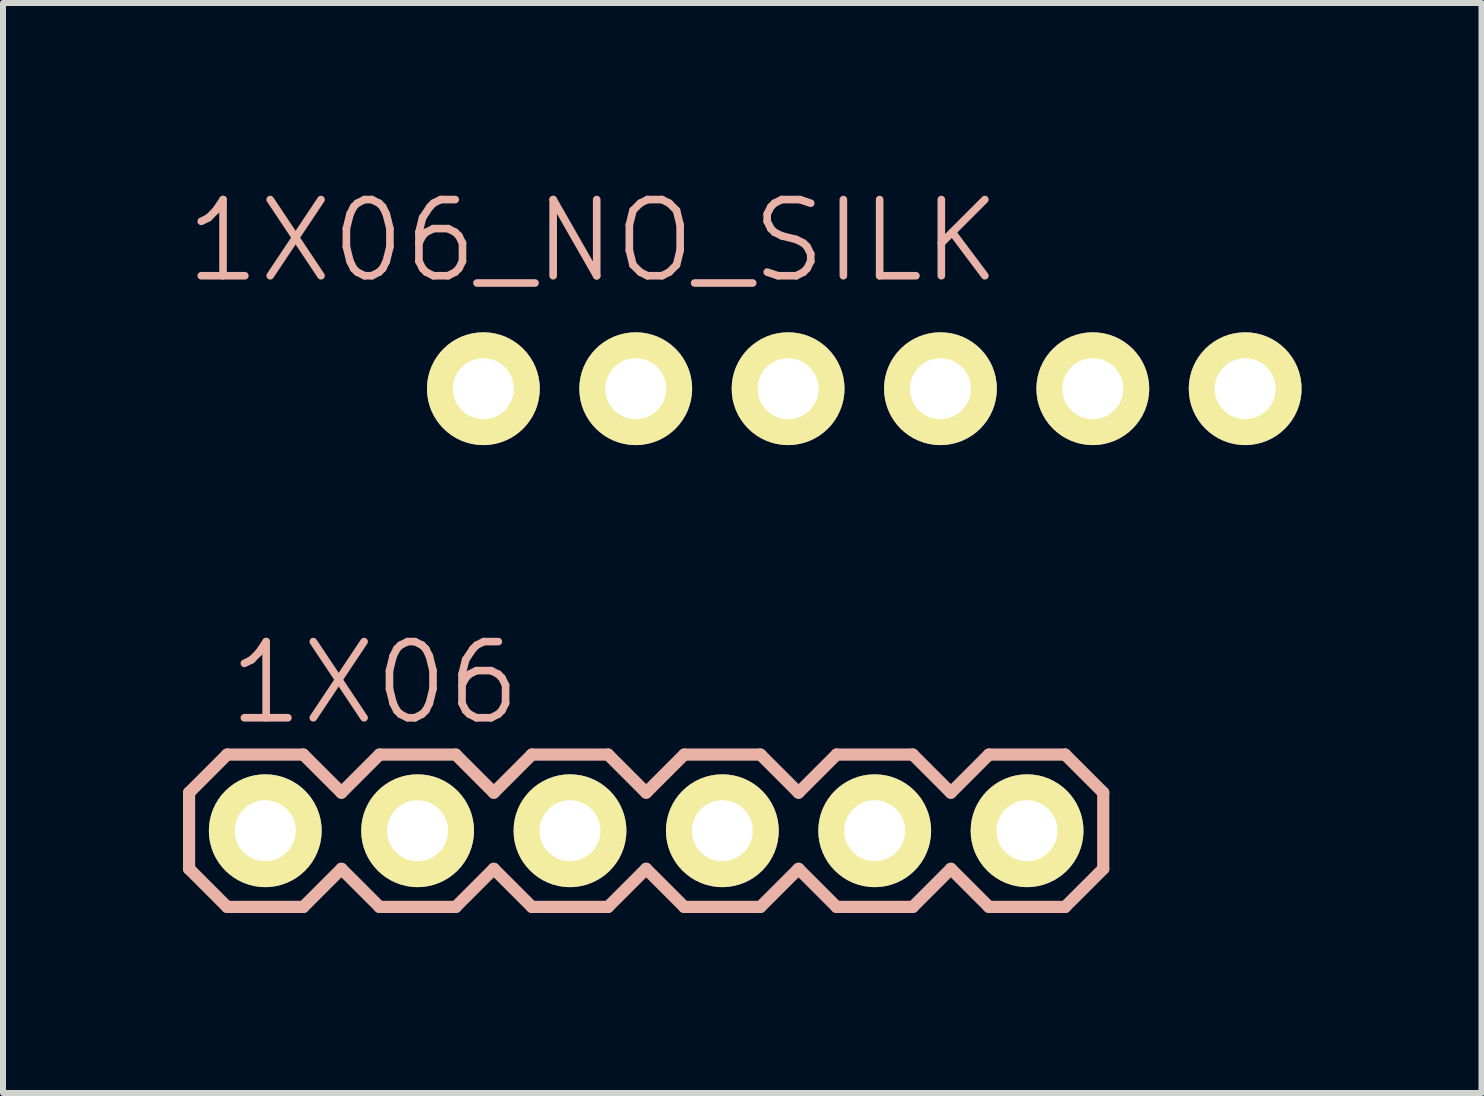
<source format=kicad_pcb>
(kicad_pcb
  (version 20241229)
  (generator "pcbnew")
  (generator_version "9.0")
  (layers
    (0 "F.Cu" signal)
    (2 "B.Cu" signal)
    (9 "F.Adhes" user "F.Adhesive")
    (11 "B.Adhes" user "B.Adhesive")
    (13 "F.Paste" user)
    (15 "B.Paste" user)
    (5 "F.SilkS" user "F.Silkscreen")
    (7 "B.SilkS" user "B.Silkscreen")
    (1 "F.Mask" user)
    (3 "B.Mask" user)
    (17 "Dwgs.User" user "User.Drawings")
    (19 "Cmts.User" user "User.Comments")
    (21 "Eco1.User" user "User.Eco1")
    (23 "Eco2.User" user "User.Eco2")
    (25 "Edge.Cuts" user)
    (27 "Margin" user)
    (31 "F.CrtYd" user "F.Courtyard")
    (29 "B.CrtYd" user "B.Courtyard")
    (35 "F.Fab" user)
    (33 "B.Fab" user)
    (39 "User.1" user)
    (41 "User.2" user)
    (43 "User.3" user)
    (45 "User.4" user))
  (footprint "1X06_NO_SILK"
    (layer "F.Cu")
    (at 5.008 3.43)
    (property "Reference" "1X06_NO_SILK" (at 1.829 -2.464 0) (layer "B.SilkS") (effects (font (size 1.27 1.27) (thickness 0.127))))
    (attr exclude_from_pos_files exclude_from_bom)
    (fp_line (start -0.254 -0.254) (end 0.254 -0.254) (stroke (width 0.066) (type solid)) (layer "F.SilkS"))
    (fp_line (start -0.254 0.254) (end -0.254 -0.254) (stroke (width 0.066) (type solid)) (layer "F.SilkS"))
    (fp_line (start -0.254 0.254) (end 0.254 0.254) (stroke (width 0.066) (type solid)) (layer "F.SilkS"))
    (fp_line (start 0.254 0.254) (end 0.254 -0.254) (stroke (width 0.066) (type solid)) (layer "F.SilkS"))
    (fp_line (start 2.286 -0.254) (end 2.794 -0.254) (stroke (width 0.066) (type solid)) (layer "F.SilkS"))
    (fp_line (start 2.286 0.254) (end 2.286 -0.254) (stroke (width 0.066) (type solid)) (layer "F.SilkS"))
    (fp_line (start 2.286 0.254) (end 2.794 0.254) (stroke (width 0.066) (type solid)) (layer "F.SilkS"))
    (fp_line (start 2.794 0.254) (end 2.794 -0.254) (stroke (width 0.066) (type solid)) (layer "F.SilkS"))
    (fp_line (start 4.826 -0.254) (end 5.334 -0.254) (stroke (width 0.066) (type solid)) (layer "F.SilkS"))
    (fp_line (start 4.826 0.254) (end 4.826 -0.254) (stroke (width 0.066) (type solid)) (layer "F.SilkS"))
    (fp_line (start 4.826 0.254) (end 5.334 0.254) (stroke (width 0.066) (type solid)) (layer "F.SilkS"))
    (fp_line (start 5.334 0.254) (end 5.334 -0.254) (stroke (width 0.066) (type solid)) (layer "F.SilkS"))
    (fp_line (start 7.366 -0.254) (end 7.874 -0.254) (stroke (width 0.066) (type solid)) (layer "F.SilkS"))
    (fp_line (start 7.366 0.254) (end 7.366 -0.254) (stroke (width 0.066) (type solid)) (layer "F.SilkS"))
    (fp_line (start 7.366 0.254) (end 7.874 0.254) (stroke (width 0.066) (type solid)) (layer "F.SilkS"))
    (fp_line (start 7.874 0.254) (end 7.874 -0.254) (stroke (width 0.066) (type solid)) (layer "F.SilkS"))
    (fp_line (start 9.906 -0.254) (end 10.414 -0.254) (stroke (width 0.066) (type solid)) (layer "F.SilkS"))
    (fp_line (start 9.906 0.254) (end 9.906 -0.254) (stroke (width 0.066) (type solid)) (layer "F.SilkS"))
    (fp_line (start 9.906 0.254) (end 10.414 0.254) (stroke (width 0.066) (type solid)) (layer "F.SilkS"))
    (fp_line (start 10.414 0.254) (end 10.414 -0.254) (stroke (width 0.066) (type solid)) (layer "F.SilkS"))
    (fp_line (start 12.446 -0.254) (end 12.954 -0.254) (stroke (width 0.066) (type solid)) (layer "F.SilkS"))
    (fp_line (start 12.446 0.254) (end 12.446 -0.254) (stroke (width 0.066) (type solid)) (layer "F.SilkS"))
    (fp_line (start 12.446 0.254) (end 12.954 0.254) (stroke (width 0.066) (type solid)) (layer "F.SilkS"))
    (fp_line (start 12.954 0.254) (end 12.954 -0.254) (stroke (width 0.066) (type solid)) (layer "F.SilkS"))
    (pad "1" thru_hole circle (at 0 0) (size 1.88 1.88) (drill 1.016) (layers "*.Cu" "F.Mask" "F.SilkS" "F.Paste"))
    (pad "2" thru_hole circle (at 2.54 0) (size 1.88 1.88) (drill 1.016) (layers "*.Cu" "F.Mask" "F.SilkS" "F.Paste"))
    (pad "3" thru_hole circle (at 5.08 0) (size 1.88 1.88) (drill 1.016) (layers "*.Cu" "F.Mask" "F.SilkS" "F.Paste"))
    (pad "4" thru_hole circle (at 7.62 0) (size 1.88 1.88) (drill 1.016) (layers "*.Cu" "F.Mask" "F.SilkS" "F.Paste"))
    (pad "5" thru_hole circle (at 10.16 0) (size 1.88 1.88) (drill 1.016) (layers "*.Cu" "F.Mask" "F.SilkS" "F.Paste"))
    (pad "6" thru_hole circle (at 12.7 0) (size 1.88 1.88) (drill 1.016) (layers "*.Cu" "F.Mask" "F.SilkS" "F.Paste")))
  (footprint "1X06"
    (layer "F.Cu")
    (at 1.372 10.799)
    (property "Reference" "1X06" (at 1.829 -2.464 0) (layer "B.SilkS") (effects (font (size 1.27 1.27) (thickness 0.127))))
    (attr exclude_from_pos_files exclude_from_bom)
    (fp_line (start -0.254 -0.254) (end 0.254 -0.254) (stroke (width 0.066) (type solid)) (layer "F.SilkS"))
    (fp_line (start -0.254 0.254) (end -0.254 -0.254) (stroke (width 0.066) (type solid)) (layer "F.SilkS"))
    (fp_line (start -0.254 0.254) (end 0.254 0.254) (stroke (width 0.066) (type solid)) (layer "F.SilkS"))
    (fp_line (start 0.254 0.254) (end 0.254 -0.254) (stroke (width 0.066) (type solid)) (layer "F.SilkS"))
    (fp_line (start 2.286 -0.254) (end 2.794 -0.254) (stroke (width 0.066) (type solid)) (layer "F.SilkS"))
    (fp_line (start 2.286 0.254) (end 2.286 -0.254) (stroke (width 0.066) (type solid)) (layer "F.SilkS"))
    (fp_line (start 2.286 0.254) (end 2.794 0.254) (stroke (width 0.066) (type solid)) (layer "F.SilkS"))
    (fp_line (start 2.794 0.254) (end 2.794 -0.254) (stroke (width 0.066) (type solid)) (layer "F.SilkS"))
    (fp_line (start 4.826 -0.254) (end 5.334 -0.254) (stroke (width 0.066) (type solid)) (layer "F.SilkS"))
    (fp_line (start 4.826 0.254) (end 4.826 -0.254) (stroke (width 0.066) (type solid)) (layer "F.SilkS"))
    (fp_line (start 4.826 0.254) (end 5.334 0.254) (stroke (width 0.066) (type solid)) (layer "F.SilkS"))
    (fp_line (start 5.334 0.254) (end 5.334 -0.254) (stroke (width 0.066) (type solid)) (layer "F.SilkS"))
    (fp_line (start 7.366 -0.254) (end 7.874 -0.254) (stroke (width 0.066) (type solid)) (layer "F.SilkS"))
    (fp_line (start 7.366 0.254) (end 7.366 -0.254) (stroke (width 0.066) (type solid)) (layer "F.SilkS"))
    (fp_line (start 7.366 0.254) (end 7.874 0.254) (stroke (width 0.066) (type solid)) (layer "F.SilkS"))
    (fp_line (start 7.874 0.254) (end 7.874 -0.254) (stroke (width 0.066) (type solid)) (layer "F.SilkS"))
    (fp_line (start 9.906 -0.254) (end 10.414 -0.254) (stroke (width 0.066) (type solid)) (layer "F.SilkS"))
    (fp_line (start 9.906 0.254) (end 9.906 -0.254) (stroke (width 0.066) (type solid)) (layer "F.SilkS"))
    (fp_line (start 9.906 0.254) (end 10.414 0.254) (stroke (width 0.066) (type solid)) (layer "F.SilkS"))
    (fp_line (start 10.414 0.254) (end 10.414 -0.254) (stroke (width 0.066) (type solid)) (layer "F.SilkS"))
    (fp_line (start 12.446 -0.254) (end 12.954 -0.254) (stroke (width 0.066) (type solid)) (layer "F.SilkS"))
    (fp_line (start 12.446 0.254) (end 12.446 -0.254) (stroke (width 0.066) (type solid)) (layer "F.SilkS"))
    (fp_line (start 12.446 0.254) (end 12.954 0.254) (stroke (width 0.066) (type solid)) (layer "F.SilkS"))
    (fp_line (start 12.954 0.254) (end 12.954 -0.254) (stroke (width 0.066) (type solid)) (layer "F.SilkS"))
    (fp_line (start -1.27 -0.635) (end -1.27 0.635) (stroke (width 0.203) (type solid)) (layer "B.SilkS"))
    (fp_line (start -1.27 0.635) (end -0.635 1.27) (stroke (width 0.203) (type solid)) (layer "B.SilkS"))
    (fp_line (start -0.635 -1.27) (end -1.27 -0.635) (stroke (width 0.203) (type solid)) (layer "B.SilkS"))
    (fp_line (start -0.635 -1.27) (end 0.635 -1.27) (stroke (width 0.203) (type solid)) (layer "B.SilkS"))
    (fp_line (start 0.635 -1.27) (end 1.27 -0.635) (stroke (width 0.203) (type solid)) (layer "B.SilkS"))
    (fp_line (start 0.635 1.27) (end -0.635 1.27) (stroke (width 0.203) (type solid)) (layer "B.SilkS"))
    (fp_line (start 1.27 -0.635) (end 1.905 -1.27) (stroke (width 0.203) (type solid)) (layer "B.SilkS"))
    (fp_line (start 1.27 0.635) (end 0.635 1.27) (stroke (width 0.203) (type solid)) (layer "B.SilkS"))
    (fp_line (start 1.905 -1.27) (end 3.175 -1.27) (stroke (width 0.203) (type solid)) (layer "B.SilkS"))
    (fp_line (start 1.905 1.27) (end 1.27 0.635) (stroke (width 0.203) (type solid)) (layer "B.SilkS"))
    (fp_line (start 3.175 -1.27) (end 3.81 -0.635) (stroke (width 0.203) (type solid)) (layer "B.SilkS"))
    (fp_line (start 3.175 1.27) (end 1.905 1.27) (stroke (width 0.203) (type solid)) (layer "B.SilkS"))
    (fp_line (start 3.81 -0.635) (end 4.445 -1.27) (stroke (width 0.203) (type solid)) (layer "B.SilkS"))
    (fp_line (start 3.81 0.635) (end 3.175 1.27) (stroke (width 0.203) (type solid)) (layer "B.SilkS"))
    (fp_line (start 4.445 -1.27) (end 5.715 -1.27) (stroke (width 0.203) (type solid)) (layer "B.SilkS"))
    (fp_line (start 4.445 1.27) (end 3.81 0.635) (stroke (width 0.203) (type solid)) (layer "B.SilkS"))
    (fp_line (start 5.715 -1.27) (end 6.35 -0.635) (stroke (width 0.203) (type solid)) (layer "B.SilkS"))
    (fp_line (start 5.715 1.27) (end 4.445 1.27) (stroke (width 0.203) (type solid)) (layer "B.SilkS"))
    (fp_line (start 6.35 0.635) (end 5.715 1.27) (stroke (width 0.203) (type solid)) (layer "B.SilkS"))
    (fp_line (start 6.35 0.635) (end 6.985 1.27) (stroke (width 0.203) (type solid)) (layer "B.SilkS"))
    (fp_line (start 6.985 -1.27) (end 6.35 -0.635) (stroke (width 0.203) (type solid)) (layer "B.SilkS"))
    (fp_line (start 6.985 -1.27) (end 8.255 -1.27) (stroke (width 0.203) (type solid)) (layer "B.SilkS"))
    (fp_line (start 8.255 -1.27) (end 8.89 -0.635) (stroke (width 0.203) (type solid)) (layer "B.SilkS"))
    (fp_line (start 8.255 1.27) (end 6.985 1.27) (stroke (width 0.203) (type solid)) (layer "B.SilkS"))
    (fp_line (start 8.89 -0.635) (end 9.525 -1.27) (stroke (width 0.203) (type solid)) (layer "B.SilkS"))
    (fp_line (start 8.89 0.635) (end 8.255 1.27) (stroke (width 0.203) (type solid)) (layer "B.SilkS"))
    (fp_line (start 9.525 -1.27) (end 10.795 -1.27) (stroke (width 0.203) (type solid)) (layer "B.SilkS"))
    (fp_line (start 9.525 1.27) (end 8.89 0.635) (stroke (width 0.203) (type solid)) (layer "B.SilkS"))
    (fp_line (start 10.795 -1.27) (end 11.43 -0.635) (stroke (width 0.203) (type solid)) (layer "B.SilkS"))
    (fp_line (start 10.795 1.27) (end 9.525 1.27) (stroke (width 0.203) (type solid)) (layer "B.SilkS"))
    (fp_line (start 11.43 -0.635) (end 12.065 -1.27) (stroke (width 0.203) (type solid)) (layer "B.SilkS"))
    (fp_line (start 11.43 0.635) (end 10.795 1.27) (stroke (width 0.203) (type solid)) (layer "B.SilkS"))
    (fp_line (start 12.065 -1.27) (end 13.335 -1.27) (stroke (width 0.203) (type solid)) (layer "B.SilkS"))
    (fp_line (start 12.065 1.27) (end 11.43 0.635) (stroke (width 0.203) (type solid)) (layer "B.SilkS"))
    (fp_line (start 13.335 -1.27) (end 13.97 -0.635) (stroke (width 0.203) (type solid)) (layer "B.SilkS"))
    (fp_line (start 13.335 1.27) (end 12.065 1.27) (stroke (width 0.203) (type solid)) (layer "B.SilkS"))
    (fp_line (start 13.97 -0.635) (end 13.97 0.635) (stroke (width 0.203) (type solid)) (layer "B.SilkS"))
    (fp_line (start 13.97 0.635) (end 13.335 1.27) (stroke (width 0.203) (type solid)) (layer "B.SilkS"))
    (pad "1" thru_hole circle (at 0 0) (size 1.88 1.88) (drill 1.016) (layers "*.Cu" "F.Mask" "F.SilkS" "F.Paste"))
    (pad "2" thru_hole circle (at 2.54 0) (size 1.88 1.88) (drill 1.016) (layers "*.Cu" "F.Mask" "F.SilkS" "F.Paste"))
    (pad "3" thru_hole circle (at 5.08 0) (size 1.88 1.88) (drill 1.016) (layers "*.Cu" "F.Mask" "F.SilkS" "F.Paste"))
    (pad "4" thru_hole circle (at 7.62 0) (size 1.88 1.88) (drill 1.016) (layers "*.Cu" "F.Mask" "F.SilkS" "F.Paste"))
    (pad "5" thru_hole circle (at 10.16 0) (size 1.88 1.88) (drill 1.016) (layers "*.Cu" "F.Mask" "F.SilkS" "F.Paste"))
    (pad "6" thru_hole circle (at 12.7 0) (size 1.88 1.88) (drill 1.016) (layers "*.Cu" "F.Mask" "F.SilkS" "F.Paste")))
  (gr_rect
    (start -3 -3)
    (end 21.648 15.171)
    (stroke (width 0.1) (type default))
    (fill no)
    (layer "Edge.Cuts")))
</source>
